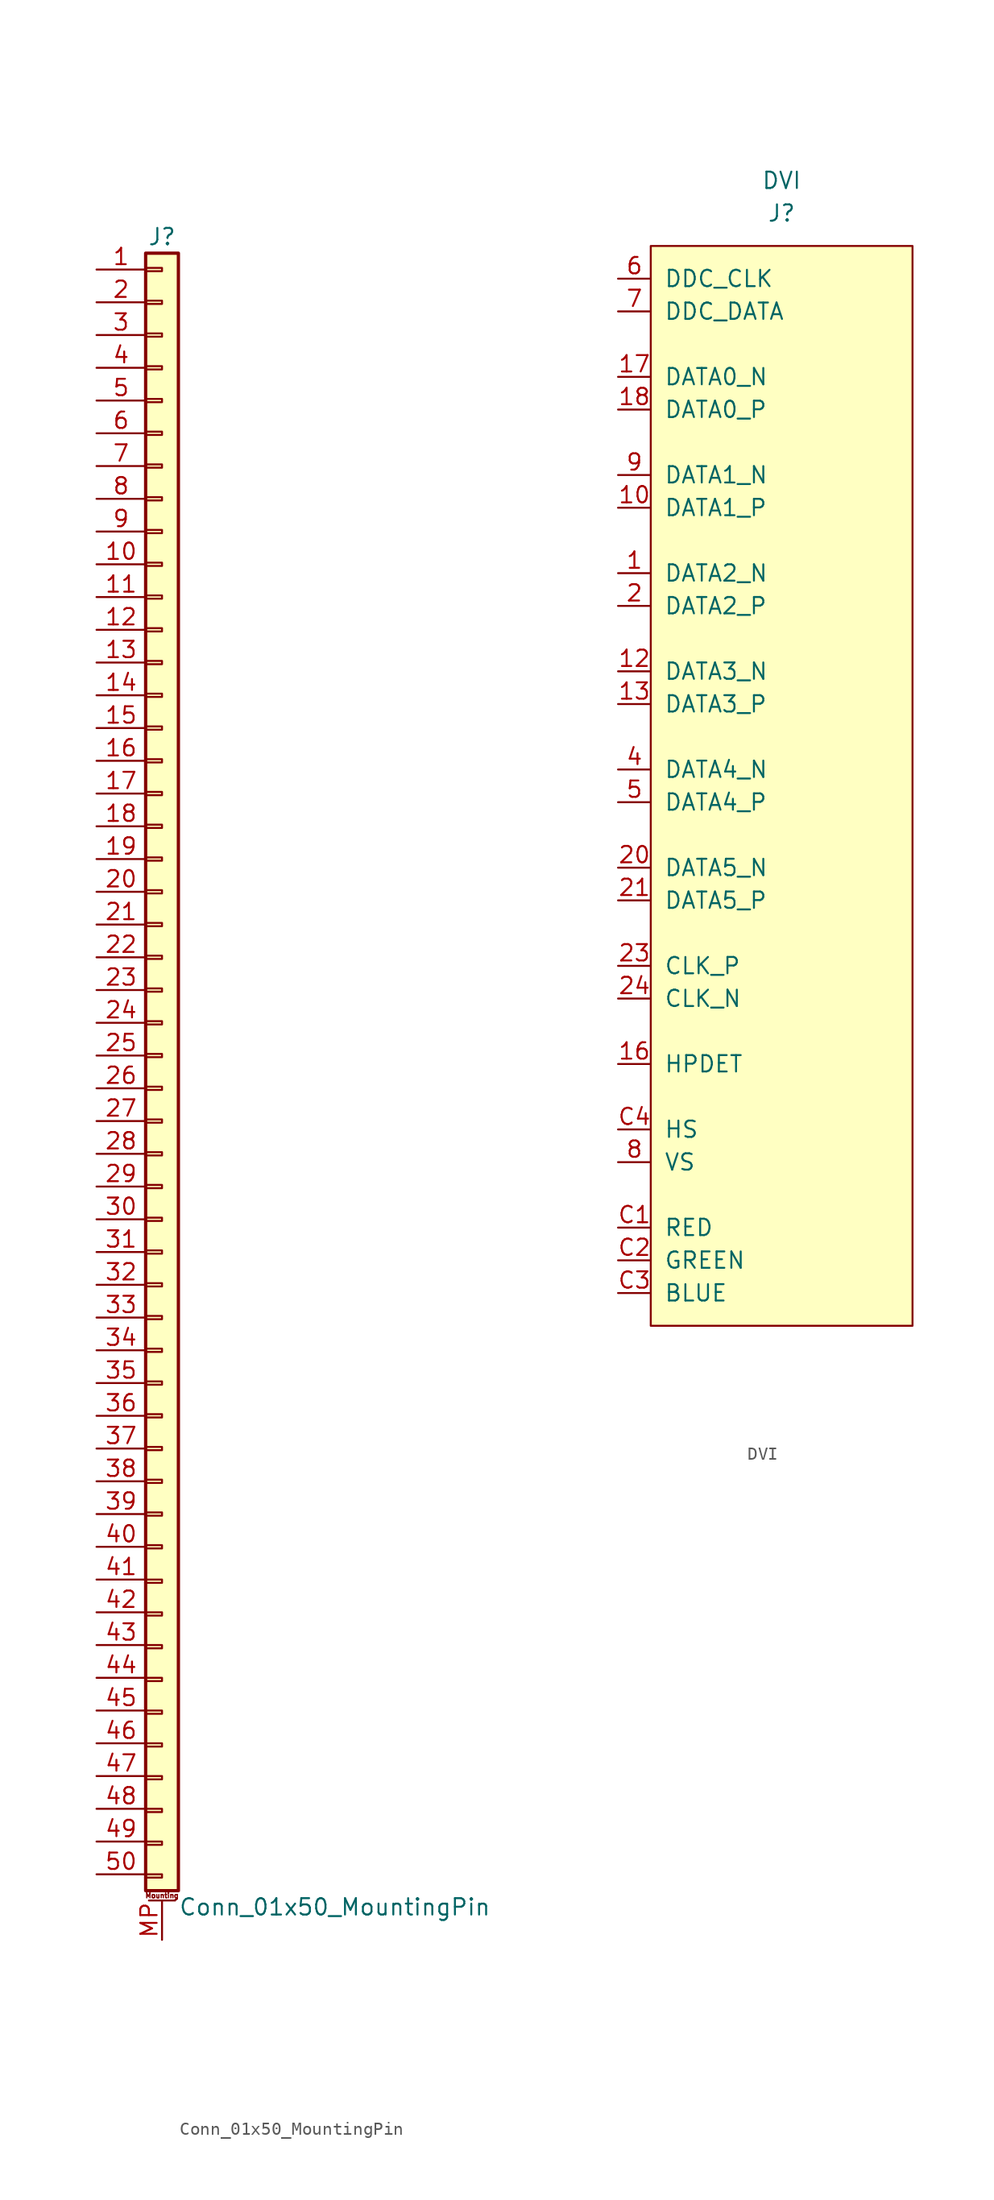
<source format=kicad_sym>
(kicad_symbol_lib
  (version 20211014)
  (generator kicad_symbol_editor)
  (symbol "Conn_01x50_MountingPin"
    (pin_names
      (offset 1.016) hide)
    (property "Reference" "J"
      (at 0 63.5 0)
      (effects (font (size 1.27 1.27))))
    (property "Value" "Conn_01x50_MountingPin"
      (at 1.27 -66.04 0)
      (effects (font (size 1.27 1.27)) (justify left)))
    (symbol "Conn_01x50_MountingPin_1_1"
      (rectangle (start -1.27 -63.5) (end 0 -63.754) (stroke (width 0.152) (type default) (color 0 0 0 0)) (fill (type none)))
      (rectangle (start -1.27 -60.96) (end 0 -61.214) (stroke (width 0.152) (type default) (color 0 0 0 0)) (fill (type none)))
      (rectangle (start -1.27 -58.42) (end 0 -58.674) (stroke (width 0.152) (type default) (color 0 0 0 0)) (fill (type none)))
      (rectangle (start -1.27 -55.88) (end 0 -56.134) (stroke (width 0.152) (type default) (color 0 0 0 0)) (fill (type none)))
      (rectangle (start -1.27 -53.34) (end 0 -53.594) (stroke (width 0.152) (type default) (color 0 0 0 0)) (fill (type none)))
      (rectangle (start -1.27 -50.8) (end 0 -51.054) (stroke (width 0.152) (type default) (color 0 0 0 0)) (fill (type none)))
      (rectangle (start -1.27 -48.26) (end 0 -48.514) (stroke (width 0.152) (type default) (color 0 0 0 0)) (fill (type none)))
      (rectangle (start -1.27 -45.72) (end 0 -45.974) (stroke (width 0.152) (type default) (color 0 0 0 0)) (fill (type none)))
      (rectangle (start -1.27 -43.18) (end 0 -43.434) (stroke (width 0.152) (type default) (color 0 0 0 0)) (fill (type none)))
      (rectangle (start -1.27 -40.64) (end 0 -40.894) (stroke (width 0.152) (type default) (color 0 0 0 0)) (fill (type none)))
      (rectangle (start -1.27 -37.973) (end 0 -38.227) (stroke (width 0.152) (type default) (color 0 0 0 0)) (fill (type none)))
      (rectangle (start -1.27 -35.433) (end 0 -35.687) (stroke (width 0.152) (type default) (color 0 0 0 0)) (fill (type none)))
      (rectangle (start -1.27 -32.893) (end 0 -33.147) (stroke (width 0.152) (type default) (color 0 0 0 0)) (fill (type none)))
      (rectangle (start -1.27 -30.353) (end 0 -30.607) (stroke (width 0.152) (type default) (color 0 0 0 0)) (fill (type none)))
      (rectangle (start -1.27 -27.813) (end 0 -28.067) (stroke (width 0.152) (type default) (color 0 0 0 0)) (fill (type none)))
      (rectangle (start -1.27 -25.273) (end 0 -25.527) (stroke (width 0.152) (type default) (color 0 0 0 0)) (fill (type none)))
      (rectangle (start -1.27 -22.733) (end 0 -22.987) (stroke (width 0.152) (type default) (color 0 0 0 0)) (fill (type none)))
      (rectangle (start -1.27 -20.193) (end 0 -20.447) (stroke (width 0.152) (type default) (color 0 0 0 0)) (fill (type none)))
      (rectangle (start -1.27 -17.653) (end 0 -17.907) (stroke (width 0.152) (type default) (color 0 0 0 0)) (fill (type none)))
      (rectangle (start -1.27 -15.113) (end 0 -15.367) (stroke (width 0.152) (type default) (color 0 0 0 0)) (fill (type none)))
      (rectangle (start -1.27 -12.573) (end 0 -12.827) (stroke (width 0.152) (type default) (color 0 0 0 0)) (fill (type none)))
      (rectangle (start -1.27 -10.033) (end 0 -10.287) (stroke (width 0.152) (type default) (color 0 0 0 0)) (fill (type none)))
      (rectangle (start -1.27 -7.493) (end 0 -7.747) (stroke (width 0.152) (type default) (color 0 0 0 0)) (fill (type none)))
      (rectangle (start -1.27 -4.953) (end 0 -5.207) (stroke (width 0.152) (type default) (color 0 0 0 0)) (fill (type none)))
      (rectangle (start -1.27 -2.413) (end 0 -2.667) (stroke (width 0.152) (type default) (color 0 0 0 0)) (fill (type none)))
      (rectangle (start -1.27 0.127) (end 0 -0.127) (stroke (width 0.152) (type default) (color 0 0 0 0)) (fill (type none)))
      (rectangle (start -1.27 2.667) (end 0 2.413) (stroke (width 0.152) (type default) (color 0 0 0 0)) (fill (type none)))
      (rectangle (start -1.27 5.207) (end 0 4.953) (stroke (width 0.152) (type default) (color 0 0 0 0)) (fill (type none)))
      (rectangle (start -1.27 7.747) (end 0 7.493) (stroke (width 0.152) (type default) (color 0 0 0 0)) (fill (type none)))
      (rectangle (start -1.27 10.287) (end 0 10.033) (stroke (width 0.152) (type default) (color 0 0 0 0)) (fill (type none)))
      (rectangle (start -1.27 12.827) (end 0 12.573) (stroke (width 0.152) (type default) (color 0 0 0 0)) (fill (type none)))
      (rectangle (start -1.27 15.367) (end 0 15.113) (stroke (width 0.152) (type default) (color 0 0 0 0)) (fill (type none)))
      (rectangle (start -1.27 17.907) (end 0 17.653) (stroke (width 0.152) (type default) (color 0 0 0 0)) (fill (type none)))
      (rectangle (start -1.27 20.447) (end 0 20.193) (stroke (width 0.152) (type default) (color 0 0 0 0)) (fill (type none)))
      (rectangle (start -1.27 22.987) (end 0 22.733) (stroke (width 0.152) (type default) (color 0 0 0 0)) (fill (type none)))
      (rectangle (start -1.27 25.527) (end 0 25.273) (stroke (width 0.152) (type default) (color 0 0 0 0)) (fill (type none)))
      (rectangle (start -1.27 28.067) (end 0 27.813) (stroke (width 0.152) (type default) (color 0 0 0 0)) (fill (type none)))
      (rectangle (start -1.27 30.607) (end 0 30.353) (stroke (width 0.152) (type default) (color 0 0 0 0)) (fill (type none)))
      (rectangle (start -1.27 33.147) (end 0 32.893) (stroke (width 0.152) (type default) (color 0 0 0 0)) (fill (type none)))
      (rectangle (start -1.27 35.687) (end 0 35.433) (stroke (width 0.152) (type default) (color 0 0 0 0)) (fill (type none)))
      (rectangle (start -1.27 38.227) (end 0 37.973) (stroke (width 0.152) (type default) (color 0 0 0 0)) (fill (type none)))
      (rectangle (start -1.27 40.767) (end 0 40.513) (stroke (width 0.152) (type default) (color 0 0 0 0)) (fill (type none)))
      (rectangle (start -1.27 43.307) (end 0 43.053) (stroke (width 0.152) (type default) (color 0 0 0 0)) (fill (type none)))
      (rectangle (start -1.27 45.847) (end 0 45.593) (stroke (width 0.152) (type default) (color 0 0 0 0)) (fill (type none)))
      (rectangle (start -1.27 48.387) (end 0 48.133) (stroke (width 0.152) (type default) (color 0 0 0 0)) (fill (type none)))
      (rectangle (start -1.27 50.927) (end 0 50.673) (stroke (width 0.152) (type default) (color 0 0 0 0)) (fill (type none)))
      (rectangle (start -1.27 53.467) (end 0 53.213) (stroke (width 0.152) (type default) (color 0 0 0 0)) (fill (type none)))
      (rectangle (start -1.27 56.007) (end 0 55.753) (stroke (width 0.152) (type default) (color 0 0 0 0)) (fill (type none)))
      (rectangle (start -1.27 58.547) (end 0 58.293) (stroke (width 0.152) (type default) (color 0 0 0 0)) (fill (type none)))
      (rectangle (start -1.27 61.087) (end 0 60.833) (stroke (width 0.152) (type default) (color 0 0 0 0)) (fill (type none)))
      (rectangle (start -1.27 62.23) (end 1.27 -64.77) (stroke (width 0.254) (type default) (color 0 0 0 0)) (fill (type background)))
      (polyline (pts (xy -1.016 -65.532) (xy 1.016 -65.532)) (stroke (width 0.152) (type default) (color 0 0 0 0)) (fill (type none)))
      (text "Mounting" (at 0 -65.151 0) (effects (font (size 0.381 0.381))))
      (pin passive line (at -5.08 60.96 0) (length 3.81) (name "Pin_1" (effects (font (size 1.27 1.27)))) (number "1" (effects (font (size 1.27 1.27)))))
      (pin passive line (at -5.08 38.1 0) (length 3.81) (name "Pin_10" (effects (font (size 1.27 1.27)))) (number "10" (effects (font (size 1.27 1.27)))))
      (pin passive line (at -5.08 35.56 0) (length 3.81) (name "Pin_11" (effects (font (size 1.27 1.27)))) (number "11" (effects (font (size 1.27 1.27)))))
      (pin passive line (at -5.08 33.02 0) (length 3.81) (name "Pin_12" (effects (font (size 1.27 1.27)))) (number "12" (effects (font (size 1.27 1.27)))))
      (pin passive line (at -5.08 30.48 0) (length 3.81) (name "Pin_13" (effects (font (size 1.27 1.27)))) (number "13" (effects (font (size 1.27 1.27)))))
      (pin passive line (at -5.08 27.94 0) (length 3.81) (name "Pin_14" (effects (font (size 1.27 1.27)))) (number "14" (effects (font (size 1.27 1.27)))))
      (pin passive line (at -5.08 25.4 0) (length 3.81) (name "Pin_15" (effects (font (size 1.27 1.27)))) (number "15" (effects (font (size 1.27 1.27)))))
      (pin passive line (at -5.08 22.86 0) (length 3.81) (name "Pin_16" (effects (font (size 1.27 1.27)))) (number "16" (effects (font (size 1.27 1.27)))))
      (pin passive line (at -5.08 20.32 0) (length 3.81) (name "Pin_17" (effects (font (size 1.27 1.27)))) (number "17" (effects (font (size 1.27 1.27)))))
      (pin passive line (at -5.08 17.78 0) (length 3.81) (name "Pin_18" (effects (font (size 1.27 1.27)))) (number "18" (effects (font (size 1.27 1.27)))))
      (pin passive line (at -5.08 15.24 0) (length 3.81) (name "Pin_19" (effects (font (size 1.27 1.27)))) (number "19" (effects (font (size 1.27 1.27)))))
      (pin passive line (at -5.08 58.42 0) (length 3.81) (name "Pin_2" (effects (font (size 1.27 1.27)))) (number "2" (effects (font (size 1.27 1.27)))))
      (pin passive line (at -5.08 12.7 0) (length 3.81) (name "Pin_20" (effects (font (size 1.27 1.27)))) (number "20" (effects (font (size 1.27 1.27)))))
      (pin passive line (at -5.08 10.16 0) (length 3.81) (name "Pin_21" (effects (font (size 1.27 1.27)))) (number "21" (effects (font (size 1.27 1.27)))))
      (pin passive line (at -5.08 7.62 0) (length 3.81) (name "Pin_22" (effects (font (size 1.27 1.27)))) (number "22" (effects (font (size 1.27 1.27)))))
      (pin passive line (at -5.08 5.08 0) (length 3.81) (name "Pin_23" (effects (font (size 1.27 1.27)))) (number "23" (effects (font (size 1.27 1.27)))))
      (pin passive line (at -5.08 2.54 0) (length 3.81) (name "Pin_24" (effects (font (size 1.27 1.27)))) (number "24" (effects (font (size 1.27 1.27)))))
      (pin passive line (at -5.08 0 0) (length 3.81) (name "Pin_25" (effects (font (size 1.27 1.27)))) (number "25" (effects (font (size 1.27 1.27)))))
      (pin passive line (at -5.08 -2.54 0) (length 3.81) (name "Pin_26" (effects (font (size 1.27 1.27)))) (number "26" (effects (font (size 1.27 1.27)))))
      (pin passive line (at -5.08 -5.08 0) (length 3.81) (name "Pin_27" (effects (font (size 1.27 1.27)))) (number "27" (effects (font (size 1.27 1.27)))))
      (pin passive line (at -5.08 -7.62 0) (length 3.81) (name "Pin_28" (effects (font (size 1.27 1.27)))) (number "28" (effects (font (size 1.27 1.27)))))
      (pin passive line (at -5.08 -10.16 0) (length 3.81) (name "Pin_29" (effects (font (size 1.27 1.27)))) (number "29" (effects (font (size 1.27 1.27)))))
      (pin passive line (at -5.08 55.88 0) (length 3.81) (name "Pin_3" (effects (font (size 1.27 1.27)))) (number "3" (effects (font (size 1.27 1.27)))))
      (pin passive line (at -5.08 -12.7 0) (length 3.81) (name "Pin_30" (effects (font (size 1.27 1.27)))) (number "30" (effects (font (size 1.27 1.27)))))
      (pin passive line (at -5.08 -15.24 0) (length 3.81) (name "Pin_31" (effects (font (size 1.27 1.27)))) (number "31" (effects (font (size 1.27 1.27)))))
      (pin passive line (at -5.08 -17.78 0) (length 3.81) (name "Pin_32" (effects (font (size 1.27 1.27)))) (number "32" (effects (font (size 1.27 1.27)))))
      (pin passive line (at -5.08 -20.32 0) (length 3.81) (name "Pin_33" (effects (font (size 1.27 1.27)))) (number "33" (effects (font (size 1.27 1.27)))))
      (pin passive line (at -5.08 -22.86 0) (length 3.81) (name "Pin_34" (effects (font (size 1.27 1.27)))) (number "34" (effects (font (size 1.27 1.27)))))
      (pin passive line (at -5.08 -25.4 0) (length 3.81) (name "Pin_35" (effects (font (size 1.27 1.27)))) (number "35" (effects (font (size 1.27 1.27)))))
      (pin passive line (at -5.08 -27.94 0) (length 3.81) (name "Pin_36" (effects (font (size 1.27 1.27)))) (number "36" (effects (font (size 1.27 1.27)))))
      (pin passive line (at -5.08 -30.48 0) (length 3.81) (name "Pin_37" (effects (font (size 1.27 1.27)))) (number "37" (effects (font (size 1.27 1.27)))))
      (pin passive line (at -5.08 -33.02 0) (length 3.81) (name "Pin_38" (effects (font (size 1.27 1.27)))) (number "38" (effects (font (size 1.27 1.27)))))
      (pin passive line (at -5.08 -35.56 0) (length 3.81) (name "Pin_39" (effects (font (size 1.27 1.27)))) (number "39" (effects (font (size 1.27 1.27)))))
      (pin passive line (at -5.08 53.34 0) (length 3.81) (name "Pin_4" (effects (font (size 1.27 1.27)))) (number "4" (effects (font (size 1.27 1.27)))))
      (pin passive line (at -5.08 -38.1 0) (length 3.81) (name "Pin_40" (effects (font (size 1.27 1.27)))) (number "40" (effects (font (size 1.27 1.27)))))
      (pin passive line (at -5.08 -40.64 0) (length 3.81) (name "Pin_41" (effects (font (size 1.27 1.27)))) (number "41" (effects (font (size 1.27 1.27)))))
      (pin passive line (at -5.08 -43.18 0) (length 3.81) (name "Pin_42" (effects (font (size 1.27 1.27)))) (number "42" (effects (font (size 1.27 1.27)))))
      (pin passive line (at -5.08 -45.72 0) (length 3.81) (name "Pin_43" (effects (font (size 1.27 1.27)))) (number "43" (effects (font (size 1.27 1.27)))))
      (pin passive line (at -5.08 -48.26 0) (length 3.81) (name "Pin_44" (effects (font (size 1.27 1.27)))) (number "44" (effects (font (size 1.27 1.27)))))
      (pin passive line (at -5.08 -50.8 0) (length 3.81) (name "Pin_45" (effects (font (size 1.27 1.27)))) (number "45" (effects (font (size 1.27 1.27)))))
      (pin passive line (at -5.08 -53.34 0) (length 3.81) (name "Pin_46" (effects (font (size 1.27 1.27)))) (number "46" (effects (font (size 1.27 1.27)))))
      (pin passive line (at -5.08 -55.88 0) (length 3.81) (name "Pin_47" (effects (font (size 1.27 1.27)))) (number "47" (effects (font (size 1.27 1.27)))))
      (pin passive line (at -5.08 -58.42 0) (length 3.81) (name "Pin_48" (effects (font (size 1.27 1.27)))) (number "48" (effects (font (size 1.27 1.27)))))
      (pin passive line (at -5.08 -60.96 0) (length 3.81) (name "Pin_49" (effects (font (size 1.27 1.27)))) (number "49" (effects (font (size 1.27 1.27)))))
      (pin passive line (at -5.08 50.8 0) (length 3.81) (name "Pin_5" (effects (font (size 1.27 1.27)))) (number "5" (effects (font (size 1.27 1.27)))))
      (pin passive line (at -5.08 -63.5 0) (length 3.81) (name "Pin_50" (effects (font (size 1.27 1.27)))) (number "50" (effects (font (size 1.27 1.27)))))
      (pin passive line (at -5.08 48.26 0) (length 3.81) (name "Pin_6" (effects (font (size 1.27 1.27)))) (number "6" (effects (font (size 1.27 1.27)))))
      (pin passive line (at -5.08 45.72 0) (length 3.81) (name "Pin_7" (effects (font (size 1.27 1.27)))) (number "7" (effects (font (size 1.27 1.27)))))
      (pin passive line (at -5.08 43.18 0) (length 3.81) (name "Pin_8" (effects (font (size 1.27 1.27)))) (number "8" (effects (font (size 1.27 1.27)))))
      (pin passive line (at -5.08 40.64 0) (length 3.81) (name "Pin_9" (effects (font (size 1.27 1.27)))) (number "9" (effects (font (size 1.27 1.27)))))
      (pin passive line (at 0 -68.58 90) (length 3.048) (name "MountPin" (effects (font (size 1.27 1.27)))) (number "MP" (effects (font (size 1.27 1.27)))))))
  (symbol "DVI"
    (pin_names
      (offset 1.016))
    (property "Reference" "J"
      (at 0 0 0)
      (effects (font (size 1.27 1.27))))
    (property "Value" "DVI"
      (at 0 2.54 0)
      (effects (font (size 1.27 1.27))))
    (symbol "DVI_0_1"
      (rectangle (start -10.16 -2.54) (end 10.16 -86.36) (stroke (width 0) (type default) (color 0 0 0 0)) (fill (type background))))
    (symbol "DVI_1_1"
      (pin input line (at -12.7 -27.94 0) (length 2.54) (name "DATA2_N" (effects (font (size 1.27 1.27)))) (number "1" (effects (font (size 1.27 1.27)))))
      (pin input line (at -12.7 -22.86 0) (length 2.54) (name "DATA1_P" (effects (font (size 1.27 1.27)))) (number "10" (effects (font (size 1.27 1.27)))))
      (pin input line (at -12.7 -35.56 0) (length 2.54) (name "DATA3_N" (effects (font (size 1.27 1.27)))) (number "12" (effects (font (size 1.27 1.27)))))
      (pin input line (at -12.7 -38.1 0) (length 2.54) (name "DATA3_P" (effects (font (size 1.27 1.27)))) (number "13" (effects (font (size 1.27 1.27)))))
      (pin input line (at -12.7 -66.04 0) (length 2.54) (name "HPDET" (effects (font (size 1.27 1.27)))) (number "16" (effects (font (size 1.27 1.27)))))
      (pin input line (at -12.7 -12.7 0) (length 2.54) (name "DATA0_N" (effects (font (size 1.27 1.27)))) (number "17" (effects (font (size 1.27 1.27)))))
      (pin input line (at -12.7 -15.24 0) (length 2.54) (name "DATA0_P" (effects (font (size 1.27 1.27)))) (number "18" (effects (font (size 1.27 1.27)))))
      (pin input line (at -12.7 -30.48 0) (length 2.54) (name "DATA2_P" (effects (font (size 1.27 1.27)))) (number "2" (effects (font (size 1.27 1.27)))))
      (pin input line (at -12.7 -50.8 0) (length 2.54) (name "DATA5_N" (effects (font (size 1.27 1.27)))) (number "20" (effects (font (size 1.27 1.27)))))
      (pin input line (at -12.7 -53.34 0) (length 2.54) (name "DATA5_P" (effects (font (size 1.27 1.27)))) (number "21" (effects (font (size 1.27 1.27)))))
      (pin input line (at -12.7 -58.42 0) (length 2.54) (name "CLK_P" (effects (font (size 1.27 1.27)))) (number "23" (effects (font (size 1.27 1.27)))))
      (pin input line (at -12.7 -60.96 0) (length 2.54) (name "CLK_N" (effects (font (size 1.27 1.27)))) (number "24" (effects (font (size 1.27 1.27)))))
      (pin input line (at -12.7 -43.18 0) (length 2.54) (name "DATA4_N" (effects (font (size 1.27 1.27)))) (number "4" (effects (font (size 1.27 1.27)))))
      (pin input line (at -12.7 -45.72 0) (length 2.54) (name "DATA4_P" (effects (font (size 1.27 1.27)))) (number "5" (effects (font (size 1.27 1.27)))))
      (pin bidirectional line (at -12.7 -5.08 0) (length 2.54) (name "DDC_CLK" (effects (font (size 1.27 1.27)))) (number "6" (effects (font (size 1.27 1.27)))))
      (pin bidirectional line (at -12.7 -7.62 0) (length 2.54) (name "DDC_DATA" (effects (font (size 1.27 1.27)))) (number "7" (effects (font (size 1.27 1.27)))))
      (pin input line (at -12.7 -73.66 0) (length 2.54) (name "VS" (effects (font (size 1.27 1.27)))) (number "8" (effects (font (size 1.27 1.27)))))
      (pin input line (at -12.7 -20.32 0) (length 2.54) (name "DATA1_N" (effects (font (size 1.27 1.27)))) (number "9" (effects (font (size 1.27 1.27)))))
      (pin input line (at -12.7 -78.74 0) (length 2.54) (name "RED" (effects (font (size 1.27 1.27)))) (number "C1" (effects (font (size 1.27 1.27)))))
      (pin input line (at -12.7 -81.28 0) (length 2.54) (name "GREEN" (effects (font (size 1.27 1.27)))) (number "C2" (effects (font (size 1.27 1.27)))))
      (pin input line (at -12.7 -83.82 0) (length 2.54) (name "BLUE" (effects (font (size 1.27 1.27)))) (number "C3" (effects (font (size 1.27 1.27)))))
      (pin input line (at -12.7 -71.12 0) (length 2.54) (name "HS" (effects (font (size 1.27 1.27)))) (number "C4" (effects (font (size 1.27 1.27))))))))
</source>
